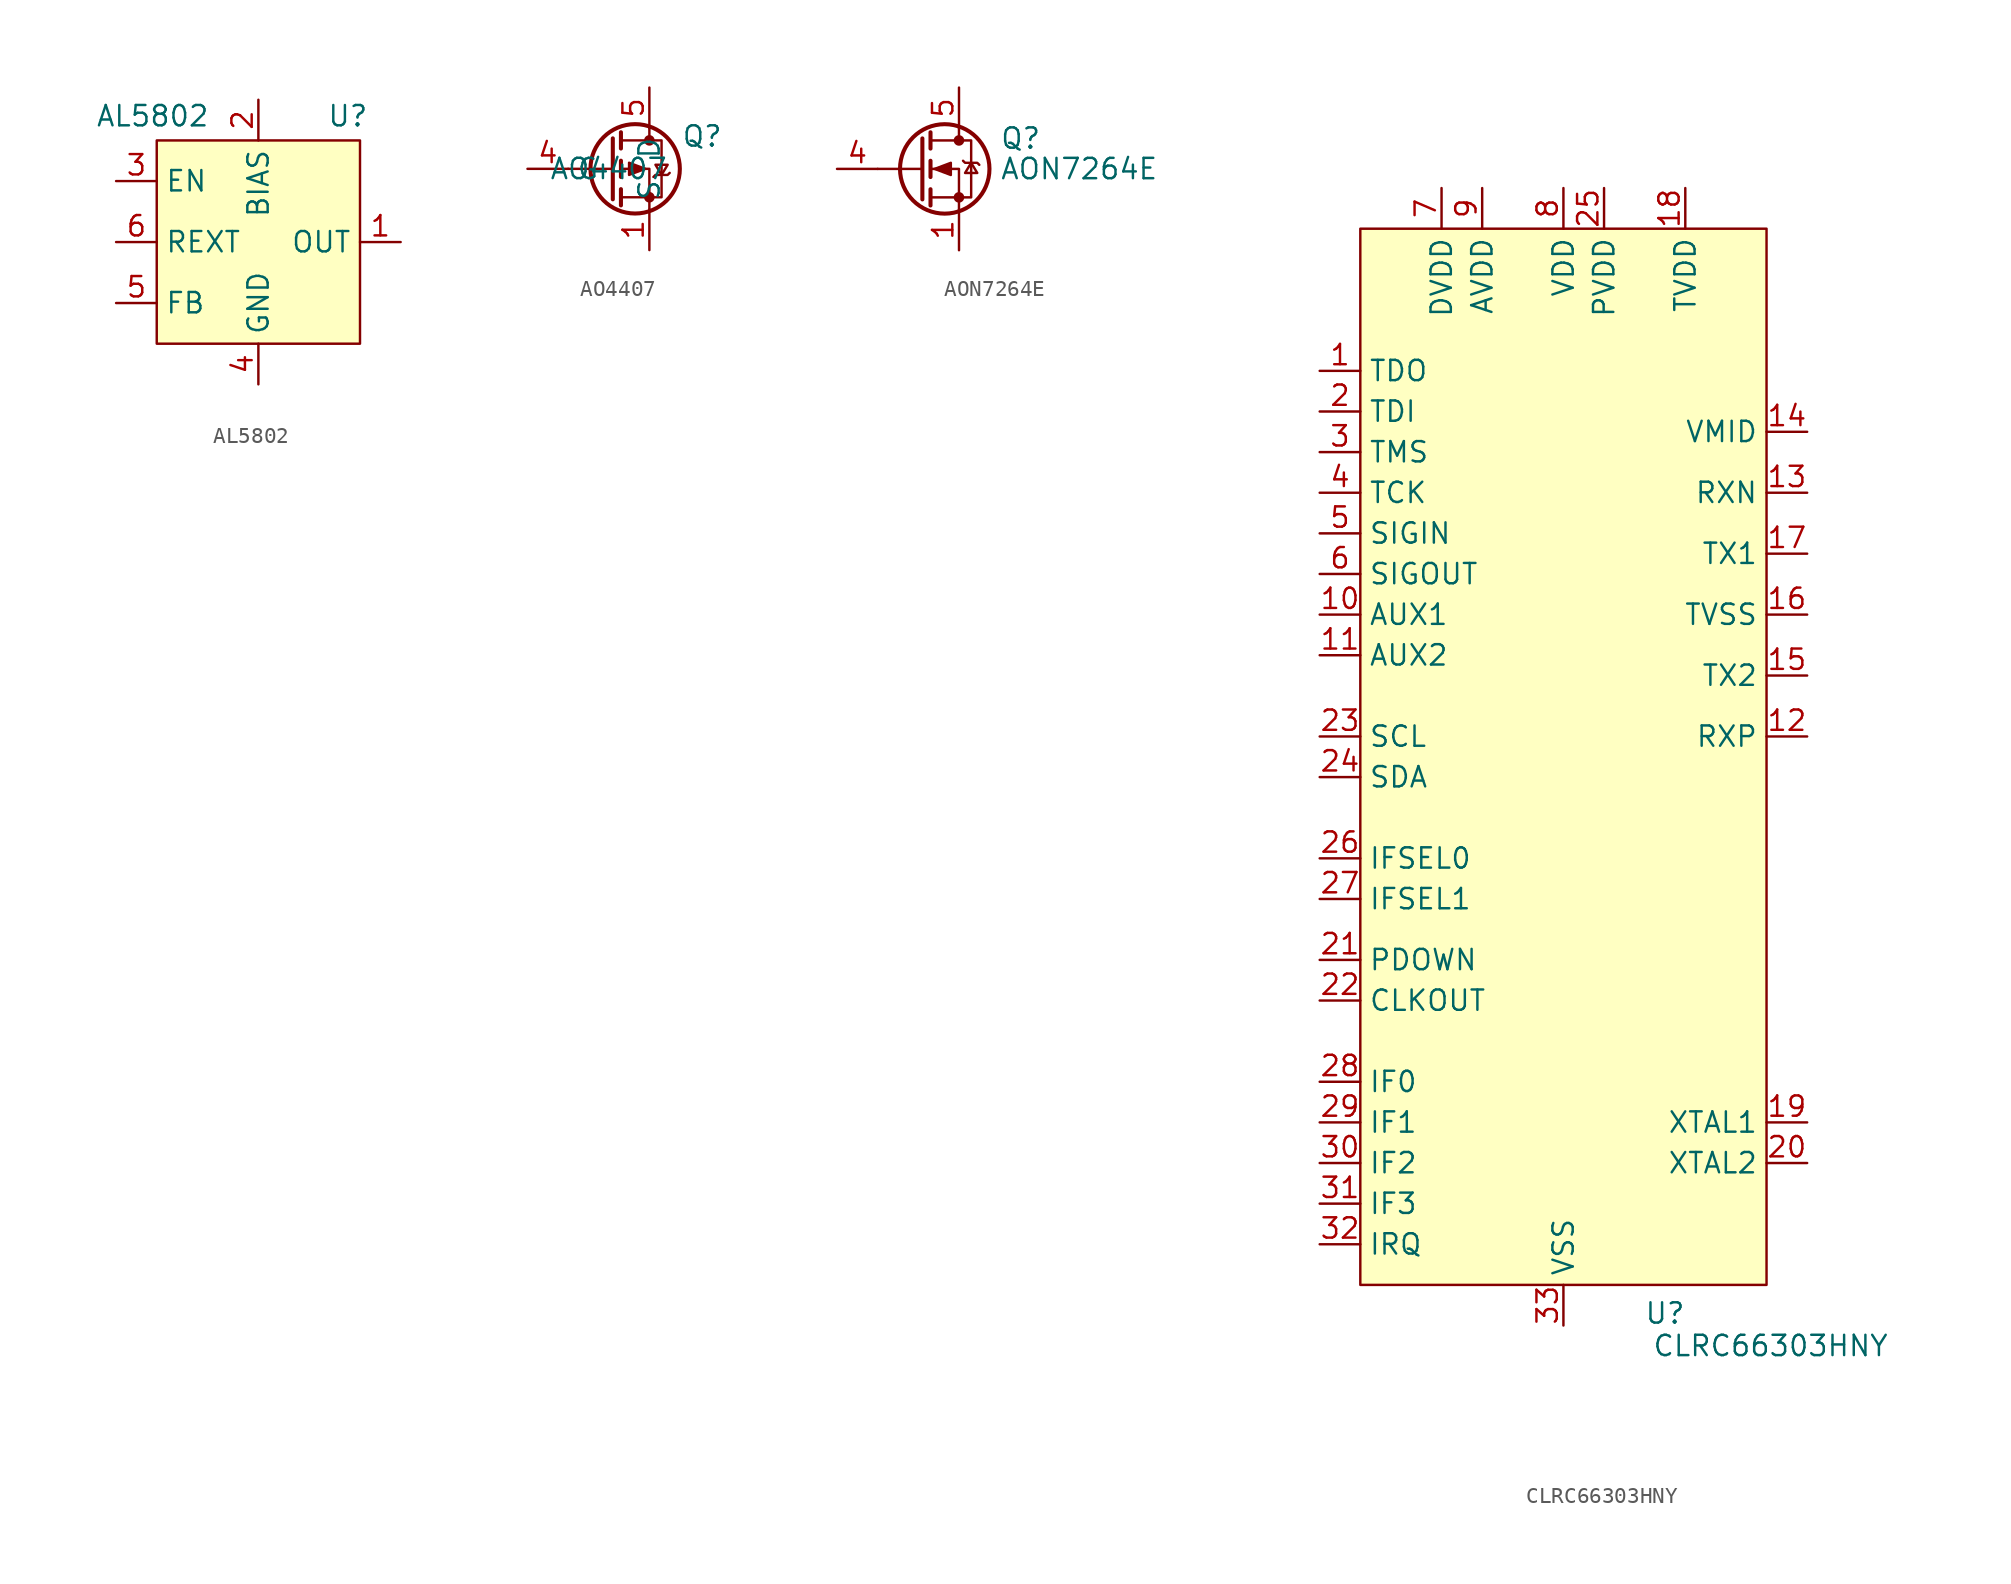
<source format=kicad_sym>
(kicad_symbol_lib
  (version 20241209)
  (generator "kicad_symbol_editor")
  (generator_version "9.0")
  (symbol "AL5802"
    (property "Reference" "U"
      (at 5.588 7.874 0)
      (effects (font (size 1.27 1.27))))
    (property "Value" "AL5802"
      (at -6.604 7.874 0)
      (effects (font (size 1.27 1.27))))
    (symbol "AL5802_1_1"
      (rectangle (start -6.35 6.35) (end 6.35 -6.35) (stroke (width 0) (type default)) (fill (type background)))
      (pin input line (at -8.89 3.81 0) (length 2.54) (name "EN" (effects (font (size 1.27 1.27)))) (number "3" (effects (font (size 1.27 1.27)))))
      (pin open_collector line (at -8.89 0 0) (length 2.54) (name "REXT" (effects (font (size 1.27 1.27)))) (number "6" (effects (font (size 1.27 1.27)))))
      (pin input line (at -8.89 -3.81 0) (length 2.54) (name "FB" (effects (font (size 1.27 1.27)))) (number "5" (effects (font (size 1.27 1.27)))))
      (pin input line (at 0 8.89 270) (length 2.54) (name "BIAS" (effects (font (size 1.27 1.27)))) (number "2" (effects (font (size 1.27 1.27)))))
      (pin power_in line (at 0 -8.89 90) (length 2.54) (name "GND" (effects (font (size 1.27 1.27)))) (number "4" (effects (font (size 1.27 1.27)))))
      (pin open_collector line (at 8.89 0 180) (length 2.54) (name "OUT" (effects (font (size 1.27 1.27)))) (number "1" (effects (font (size 1.27 1.27)))))))
  (symbol "AO4407"
    (property "Reference" "Q"
      (at 5.842 2.032 0)
      (effects (font (size 1.27 1.27))))
    (property "Value" "AO4407"
      (at 0 0 0)
      (effects (font (size 1.27 1.27))))
    (symbol "AO4407_0_1"
      (polyline (pts (xy 0.254 1.905) (xy 0.254 -1.905)) (stroke (width 0.254) (type default)) (fill (type none)))
      (polyline (pts (xy 0.254 0) (xy -2.54 0)) (stroke (width 0) (type default)) (fill (type none)))
      (polyline (pts (xy 0.762 2.286) (xy 0.762 1.27)) (stroke (width 0.254) (type default)) (fill (type none)))
      (polyline (pts (xy 0.762 1.778) (xy 3.302 1.778) (xy 3.302 -1.778) (xy 0.762 -1.778)) (stroke (width 0) (type default)) (fill (type none)))
      (polyline (pts (xy 0.762 0.508) (xy 0.762 -0.508)) (stroke (width 0.254) (type default)) (fill (type none)))
      (polyline (pts (xy 0.762 -1.27) (xy 0.762 -2.286)) (stroke (width 0.254) (type default)) (fill (type none)))
      (circle (center 1.651 0) (radius 2.794) (stroke (width 0.254) (type default)) (fill (type none)))
      (polyline (pts (xy 2.286 0) (xy 1.27 0.381) (xy 1.27 -0.381) (xy 2.286 0)) (stroke (width 0) (type default)) (fill (type outline)))
      (polyline (pts (xy 2.54 2.54) (xy 2.54 1.778)) (stroke (width 0) (type default)) (fill (type none)))
      (circle (center 2.54 1.778) (radius 0.254) (stroke (width 0) (type default)) (fill (type outline)))
      (circle (center 2.54 -1.778) (radius 0.254) (stroke (width 0) (type default)) (fill (type outline)))
      (polyline (pts (xy 2.54 -2.54) (xy 2.54 0) (xy 0.762 0)) (stroke (width 0) (type default)) (fill (type none)))
      (polyline (pts (xy 2.794 -0.508) (xy 2.921 -0.381) (xy 3.683 -0.381) (xy 3.81 -0.254)) (stroke (width 0) (type default)) (fill (type none)))
      (polyline (pts (xy 3.302 -0.381) (xy 2.921 0.254) (xy 3.683 0.254) (xy 3.302 -0.381)) (stroke (width 0) (type default)) (fill (type none))))
    (symbol "AO4407_1_1"
      (pin input line (at -5.08 0 0) (length 2.54) (name "G" (effects (font (size 1.27 1.27)))) (number "4" (effects (font (size 1.27 1.27)))))
      (pin passive line (at 2.54 5.08 270) (length 2.54) (name "D" (effects (font (size 1.27 1.27)))) (number "5" (effects (font (size 1.27 1.27)))))
      (pin passive line (at 2.54 5.08 270) (length 2.54) (hide yes) (name "D" (effects (font (size 1.27 1.27)))) (number "6" (effects (font (size 1.27 1.27)))))
      (pin passive line (at 2.54 5.08 270) (length 2.54) (hide yes) (name "D" (effects (font (size 1.27 1.27)))) (number "7" (effects (font (size 1.27 1.27)))))
      (pin passive line (at 2.54 5.08 270) (length 2.54) (hide yes) (name "D" (effects (font (size 1.27 1.27)))) (number "8" (effects (font (size 1.27 1.27)))))
      (pin passive line (at 2.54 -5.08 90) (length 2.54) (name "S" (effects (font (size 1.27 1.27)))) (number "1" (effects (font (size 1.27 1.27)))))
      (pin passive line (at 2.54 -5.08 90) (length 2.54) (hide yes) (name "S" (effects (font (size 1.27 1.27)))) (number "2" (effects (font (size 1.27 1.27)))))
      (pin passive line (at 2.54 -5.08 90) (length 2.54) (hide yes) (name "S" (effects (font (size 1.27 1.27)))) (number "3" (effects (font (size 1.27 1.27)))))))
  (symbol "AON7264E"
    (pin_names
      (hide yes))
    (property "Reference" "Q"
      (at 5.08 1.905 0)
      (effects (font (size 1.27 1.27)) (justify left)))
    (property "Value" "AON7264E"
      (at 5.08 0 0)
      (effects (font (size 1.27 1.27)) (justify left)))
    (symbol "AON7264E_0_1"
      (polyline (pts (xy 0.252 1.905) (xy 0.252 -1.905)) (stroke (width 0.254) (type default)) (fill (type none)))
      (polyline (pts (xy 0.252 -0.0001) (xy -2.542 -0.0001)) (stroke (width 0) (type default)) (fill (type none)))
      (polyline (pts (xy 0.76 2.286) (xy 0.76 1.27)) (stroke (width 0.254) (type default)) (fill (type none)))
      (polyline (pts (xy 0.76 0.508) (xy 0.76 -0.508)) (stroke (width 0.254) (type default)) (fill (type none)))
      (polyline (pts (xy 0.76 -1.27) (xy 0.76 -2.286)) (stroke (width 0.254) (type default)) (fill (type none)))
      (polyline (pts (xy 0.76 -1.778) (xy 3.3 -1.778) (xy 3.3 1.778) (xy 0.76 1.778)) (stroke (width 0) (type default)) (fill (type none)))
      (polyline (pts (xy 1.014 -0.0001) (xy 2.03 0.381) (xy 2.03 -0.381) (xy 1.014 -0.0001)) (stroke (width 0) (type default)) (fill (type outline)))
      (circle (center 1.649 -0.0001) (radius 2.794) (stroke (width 0.254) (type default)) (fill (type none)))
      (polyline (pts (xy 2.538 2.54) (xy 2.538 1.778)) (stroke (width 0) (type default)) (fill (type none)))
      (circle (center 2.538 1.778) (radius 0.254) (stroke (width 0) (type default)) (fill (type outline)))
      (circle (center 2.538 -1.778) (radius 0.254) (stroke (width 0) (type default)) (fill (type outline)))
      (polyline (pts (xy 2.538 -2.54) (xy 2.538 -0.0001) (xy 0.76 -0.0001)) (stroke (width 0) (type default)) (fill (type none)))
      (polyline (pts (xy 2.792 0.508) (xy 2.919 0.381) (xy 3.681 0.381) (xy 3.808 0.254)) (stroke (width 0) (type default)) (fill (type none)))
      (polyline (pts (xy 3.3 0.381) (xy 2.919 -0.254) (xy 3.681 -0.254) (xy 3.3 0.381)) (stroke (width 0) (type default)) (fill (type none))))
    (symbol "AON7264E_1_0"
      (pin passive line (at 2.54 5.08 270) (length 2.54) (hide yes) (name "D" (effects (font (size 1.27 1.27)))) (number "6" (effects (font (size 1.27 1.27)))))
      (pin passive line (at 2.54 5.08 270) (length 2.54) (hide yes) (name "D" (effects (font (size 1.27 1.27)))) (number "7" (effects (font (size 1.27 1.27)))))
      (pin passive line (at 2.54 5.08 270) (length 2.54) (hide yes) (name "D" (effects (font (size 1.27 1.27)))) (number "8" (effects (font (size 1.27 1.27)))))
      (pin passive line (at 2.54 5.08 270) (length 2.54) (hide yes) (name "D" (effects (font (size 1.27 1.27)))) (number "9" (effects (font (size 1.27 1.27))))))
    (symbol "AON7264E_1_1"
      (pin input line (at -5.08 0 0) (length 2.54) (name "G" (effects (font (size 1.27 1.27)))) (number "4" (effects (font (size 1.27 1.27)))))
      (pin passive line (at 2.54 5.08 270) (length 2.54) (name "D" (effects (font (size 1.27 1.27)))) (number "5" (effects (font (size 1.27 1.27)))))
      (pin passive line (at 2.54 -5.08 90) (length 2.54) (name "S" (effects (font (size 1.27 1.27)))) (number "1" (effects (font (size 1.27 1.27)))))
      (pin passive line (at 2.54 -5.08 90) (length 2.54) (hide yes) (name "S" (effects (font (size 1.27 1.27)))) (number "2" (effects (font (size 1.27 1.27)))))
      (pin passive line (at 2.54 -5.08 90) (length 2.54) (hide yes) (name "S" (effects (font (size 1.27 1.27)))) (number "3" (effects (font (size 1.27 1.27)))))))
  (symbol "CLRC66303HNY"
    (property "Reference" "U"
      (at 6.35 -34.798 0)
      (effects (font (size 1.27 1.27))))
    (property "Value" "CLRC66303HNY"
      (at 12.954 -36.83 0)
      (effects (font (size 1.27 1.27))))
    (symbol "CLRC66303HNY_0_0"
      (pin output line (at -15.24 11.43 0) (length 2.54) (name "SIGOUT" (effects (font (size 1.27 1.27)))) (number "6" (effects (font (size 1.27 1.27)))))
      (pin output line (at -15.24 8.89 0) (length 2.54) (name "AUX1" (effects (font (size 1.27 1.27)))) (number "10" (effects (font (size 1.27 1.27)))))
      (pin output line (at -15.24 6.35 0) (length 2.54) (name "AUX2" (effects (font (size 1.27 1.27)))) (number "11" (effects (font (size 1.27 1.27)))))
      (pin output line (at -15.24 1.27 0) (length 2.54) (name "SCL" (effects (font (size 1.27 1.27)))) (number "23" (effects (font (size 1.27 1.27)))))
      (pin bidirectional line (at -15.24 -1.27 0) (length 2.54) (name "SDA" (effects (font (size 1.27 1.27)))) (number "24" (effects (font (size 1.27 1.27)))))
      (pin input line (at -15.24 -12.7 0) (length 2.54) (name "PDOWN" (effects (font (size 1.27 1.27)))) (number "21" (effects (font (size 1.27 1.27)))))
      (pin bidirectional line (at -15.24 -20.32 0) (length 2.54) (name "IF0" (effects (font (size 1.27 1.27)))) (number "28" (effects (font (size 1.27 1.27)))))
      (pin bidirectional line (at -15.24 -22.86 0) (length 2.54) (name "IF1" (effects (font (size 1.27 1.27)))) (number "29" (effects (font (size 1.27 1.27)))))
      (pin bidirectional line (at -15.24 -25.4 0) (length 2.54) (name "IF2" (effects (font (size 1.27 1.27)))) (number "30" (effects (font (size 1.27 1.27)))))
      (pin bidirectional line (at -15.24 -27.94 0) (length 2.54) (name "IF3" (effects (font (size 1.27 1.27)))) (number "31" (effects (font (size 1.27 1.27)))))
      (pin power_in line (at 0 35.56 270) (length 2.54) (name "VDD" (effects (font (size 1.27 1.27)))) (number "8" (effects (font (size 1.27 1.27)))))
      (pin power_in line (at 0 -35.56 90) (length 2.54) (name "VSS" (effects (font (size 1.27 1.27)))) (number "33" (effects (font (size 1.27 1.27)))))
      (pin power_in line (at 2.54 35.56 270) (length 2.54) (name "PVDD" (effects (font (size 1.27 1.27)))) (number "25" (effects (font (size 1.27 1.27)))))
      (pin power_in line (at 7.62 35.56 270) (length 2.54) (name "TVDD" (effects (font (size 1.27 1.27)))) (number "18" (effects (font (size 1.27 1.27)))))
      (pin input line (at 15.24 16.51 180) (length 2.54) (name "RXN" (effects (font (size 1.27 1.27)))) (number "13" (effects (font (size 1.27 1.27)))))
      (pin output line (at 15.24 12.7 180) (length 2.54) (name "TX1" (effects (font (size 1.27 1.27)))) (number "17" (effects (font (size 1.27 1.27)))))
      (pin power_in line (at 15.24 8.89 180) (length 2.54) (name "TVSS" (effects (font (size 1.27 1.27)))) (number "16" (effects (font (size 1.27 1.27)))))
      (pin output line (at 15.24 5.08 180) (length 2.54) (name "TX2" (effects (font (size 1.27 1.27)))) (number "15" (effects (font (size 1.27 1.27)))))
      (pin input line (at 15.24 1.27 180) (length 2.54) (name "RXP" (effects (font (size 1.27 1.27)))) (number "12" (effects (font (size 1.27 1.27)))))
      (pin input line (at 15.24 -22.86 180) (length 2.54) (name "XTAL1" (effects (font (size 1.27 1.27)))) (number "19" (effects (font (size 1.27 1.27)))))
      (pin output line (at 15.24 -25.4 180) (length 2.54) (name "XTAL2" (effects (font (size 1.27 1.27)))) (number "20" (effects (font (size 1.27 1.27))))))
    (symbol "CLRC66303HNY_1_0"
      (pin output line (at -15.24 24.13 0) (length 2.54) (name "TDO" (effects (font (size 1.27 1.27)))) (number "1" (effects (font (size 1.27 1.27)))) (alternate "OUT0" output line))
      (pin bidirectional line (at -15.24 21.59 0) (length 2.54) (name "TDI" (effects (font (size 1.27 1.27)))) (number "2" (effects (font (size 1.27 1.27)))) (alternate "OUT1" bidirectional line))
      (pin bidirectional line (at -15.24 19.05 0) (length 2.54) (name "TMS" (effects (font (size 1.27 1.27)))) (number "3" (effects (font (size 1.27 1.27)))) (alternate "OUT2" bidirectional line))
      (pin bidirectional line (at -15.24 16.51 0) (length 2.54) (name "TCK" (effects (font (size 1.27 1.27)))) (number "4" (effects (font (size 1.27 1.27)))) (alternate "OUT3" bidirectional line))
      (pin bidirectional line (at -15.24 13.97 0) (length 2.54) (name "SIGIN" (effects (font (size 1.27 1.27)))) (number "5" (effects (font (size 1.27 1.27)))) (alternate "OUT7" bidirectional line))
      (pin input line (at -15.24 -6.35 0) (length 2.54) (name "IFSEL0" (effects (font (size 1.27 1.27)))) (number "26" (effects (font (size 1.27 1.27)))) (alternate "OUT4" input line))
      (pin input line (at -15.24 -8.89 0) (length 2.54) (name "IFSEL1" (effects (font (size 1.27 1.27)))) (number "27" (effects (font (size 1.27 1.27)))) (alternate "OUT5" input line))
      (pin output line (at -15.24 -15.24 0) (length 2.54) (name "CLKOUT" (effects (font (size 1.27 1.27)))) (number "22" (effects (font (size 1.27 1.27)))) (alternate "OUT6" output line))
      (pin open_collector line (at -15.24 -30.48 0) (length 2.54) (name "IRQ" (effects (font (size 1.27 1.27)))) (number "32" (effects (font (size 1.27 1.27)))))
      (pin power_out line (at -7.62 35.56 270) (length 2.54) (name "DVDD" (effects (font (size 1.27 1.27)))) (number "7" (effects (font (size 1.27 1.27)))))
      (pin power_out line (at -5.08 35.56 270) (length 2.54) (name "AVDD" (effects (font (size 1.27 1.27)))) (number "9" (effects (font (size 1.27 1.27)))))
      (pin power_out line (at 15.24 20.32 180) (length 2.54) (name "VMID" (effects (font (size 1.27 1.27)))) (number "14" (effects (font (size 1.27 1.27))))))
    (symbol "CLRC66303HNY_1_1"
      (rectangle (start -12.7 33.02) (end 12.7 -33.02) (stroke (width 0) (type default)) (fill (type background))))))
</source>
